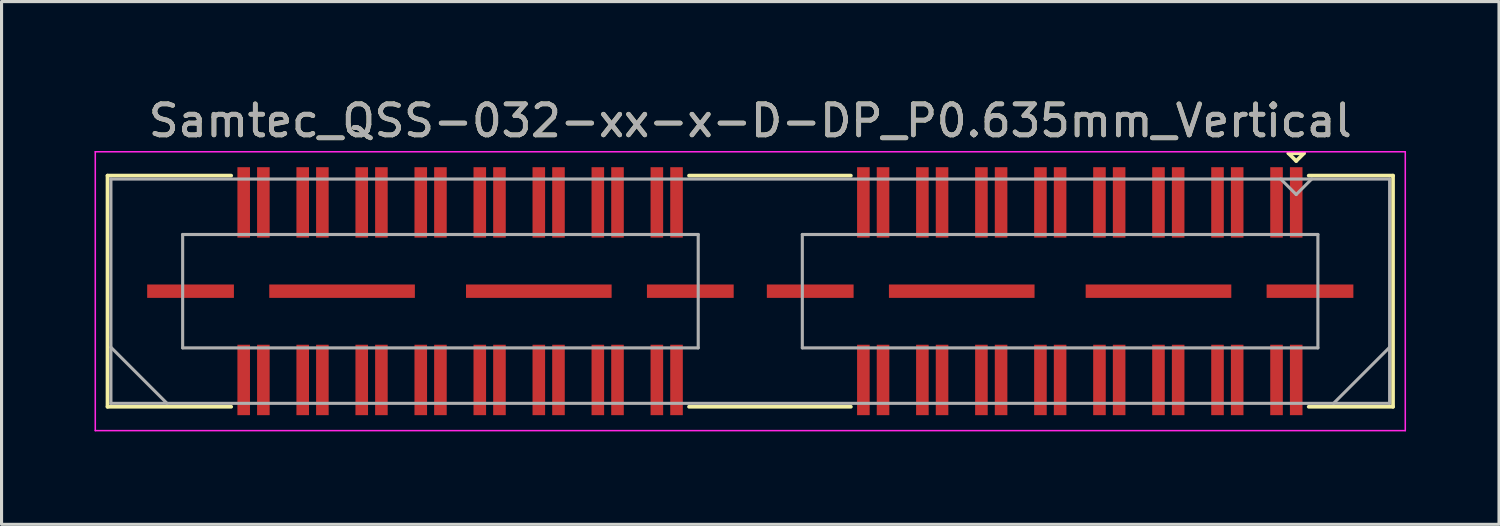
<source format=kicad_pcb>
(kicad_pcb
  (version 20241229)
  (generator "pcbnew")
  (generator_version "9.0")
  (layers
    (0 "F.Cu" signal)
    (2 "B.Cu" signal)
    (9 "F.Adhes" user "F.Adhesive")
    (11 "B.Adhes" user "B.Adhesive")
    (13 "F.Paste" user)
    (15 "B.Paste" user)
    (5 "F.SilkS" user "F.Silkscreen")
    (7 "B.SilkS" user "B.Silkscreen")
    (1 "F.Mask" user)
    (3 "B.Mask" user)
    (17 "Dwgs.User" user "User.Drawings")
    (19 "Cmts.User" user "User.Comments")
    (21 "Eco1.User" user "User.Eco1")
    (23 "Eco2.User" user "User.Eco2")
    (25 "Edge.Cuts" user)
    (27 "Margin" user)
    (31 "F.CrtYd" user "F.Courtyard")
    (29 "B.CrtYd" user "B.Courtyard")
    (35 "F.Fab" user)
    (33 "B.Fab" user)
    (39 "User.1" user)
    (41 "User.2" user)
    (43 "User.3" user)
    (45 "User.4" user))
  (footprint "Samtec_QSS-032-xx-x-D-DP_P0.635mm_Vertical"
    (layer "F.Cu")
    (at 21.165 6.348)
    (property "Reference" "Samtec_QSS-032-xx-x-D-DP_P0.635mm_Vertical" (at 0 -5.5 0) (layer "F.SilkS") (effects (font (size 1 1) (thickness 0.15))))
    (attr smd)
    (fp_line (start -20.745 -3.73) (end -16.753 -3.73) (stroke (width 0.12) (type solid)) (layer "F.SilkS"))
    (fp_line (start -20.745 3.73) (end -20.745 -3.73) (stroke (width 0.12) (type solid)) (layer "F.SilkS"))
    (fp_line (start -16.753 3.73) (end -20.745 3.73) (stroke (width 0.12) (type solid)) (layer "F.SilkS"))
    (fp_line (start 3.247 -3.73) (end -1.977 -3.73) (stroke (width 0.12) (type solid)) (layer "F.SilkS"))
    (fp_line (start 3.247 3.73) (end -1.977 3.73) (stroke (width 0.12) (type solid)) (layer "F.SilkS"))
    (fp_line (start 17.37 -4.452) (end 17.87 -4.452) (stroke (width 0.12) (type solid)) (layer "F.SilkS"))
    (fp_line (start 17.62 -4.202) (end 17.37 -4.452) (stroke (width 0.12) (type solid)) (layer "F.SilkS"))
    (fp_line (start 17.87 -4.452) (end 17.62 -4.202) (stroke (width 0.12) (type solid)) (layer "F.SilkS"))
    (fp_line (start 18.023 3.73) (end 20.745 3.73) (stroke (width 0.12) (type solid)) (layer "F.SilkS"))
    (fp_line (start 20.745 -3.73) (end 18.023 -3.73) (stroke (width 0.12) (type solid)) (layer "F.SilkS"))
    (fp_line (start 20.745 3.73) (end 20.745 -3.73) (stroke (width 0.12) (type solid)) (layer "F.SilkS"))
    (fp_line (start -21.14 -4.5) (end -21.14 4.5) (stroke (width 0.05) (type solid)) (layer "F.CrtYd"))
    (fp_line (start -21.14 4.5) (end 21.14 4.5) (stroke (width 0.05) (type solid)) (layer "F.CrtYd"))
    (fp_line (start 21.14 -4.5) (end -21.14 -4.5) (stroke (width 0.05) (type solid)) (layer "F.CrtYd"))
    (fp_line (start 21.14 4.5) (end 21.14 -4.5) (stroke (width 0.05) (type solid)) (layer "F.CrtYd"))
    (fp_line (start -20.635 -3.62) (end -20.635 3.62) (stroke (width 0.1) (type solid)) (layer "F.Fab"))
    (fp_line (start -20.635 1.81) (end -18.825 3.62) (stroke (width 0.1) (type solid)) (layer "F.Fab"))
    (fp_line (start -20.635 3.62) (end 20.635 3.62) (stroke (width 0.1) (type solid)) (layer "F.Fab"))
    (fp_line (start -18.32 -1.83) (end -18.32 1.83) (stroke (width 0.1) (type solid)) (layer "F.Fab"))
    (fp_line (start -18.32 1.83) (end -1.68 1.83) (stroke (width 0.1) (type solid)) (layer "F.Fab"))
    (fp_line (start -1.68 -1.83) (end -18.32 -1.83) (stroke (width 0.1) (type solid)) (layer "F.Fab"))
    (fp_line (start -1.68 1.83) (end -1.68 -1.83) (stroke (width 0.1) (type solid)) (layer "F.Fab"))
    (fp_line (start 1.68 -1.83) (end 1.68 1.83) (stroke (width 0.1) (type solid)) (layer "F.Fab"))
    (fp_line (start 1.68 1.83) (end 18.32 1.83) (stroke (width 0.1) (type solid)) (layer "F.Fab"))
    (fp_line (start 17.62 -3.12) (end 17.12 -3.62) (stroke (width 0.1) (type solid)) (layer "F.Fab"))
    (fp_line (start 18.12 -3.62) (end 17.62 -3.12) (stroke (width 0.1) (type solid)) (layer "F.Fab"))
    (fp_line (start 18.32 -1.83) (end 1.68 -1.83) (stroke (width 0.1) (type solid)) (layer "F.Fab"))
    (fp_line (start 18.32 1.83) (end 18.32 -1.83) (stroke (width 0.1) (type solid)) (layer "F.Fab"))
    (fp_line (start 20.635 -3.62) (end -20.635 -3.62) (stroke (width 0.1) (type solid)) (layer "F.Fab"))
    (fp_line (start 20.635 1.81) (end 18.825 3.62) (stroke (width 0.1) (type solid)) (layer "F.Fab"))
    (fp_line (start 20.635 3.62) (end 20.635 -3.62) (stroke (width 0.1) (type solid)) (layer "F.Fab"))
    (fp_text user "${REFERENCE}" (at 0 -5.5 0) (layer "F.Fab") (effects (font (size 1 1) (thickness 0.15))))
    (pad "1" smd rect (at 17.62 -2.865) (size 0.406 2.273) (layers "F.Cu" "F.Mask" "F.Paste"))
    (pad "2" smd rect (at 17.62 2.865) (size 0.406 2.273) (layers "F.Cu" "F.Mask" "F.Paste"))
    (pad "3" smd rect (at 16.985 -2.865) (size 0.406 2.273) (layers "F.Cu" "F.Mask" "F.Paste"))
    (pad "4" smd rect (at 16.985 2.865) (size 0.406 2.273) (layers "F.Cu" "F.Mask" "F.Paste"))
    (pad "5" smd rect (at 15.715 -2.865) (size 0.406 2.273) (layers "F.Cu" "F.Mask" "F.Paste"))
    (pad "6" smd rect (at 15.715 2.865) (size 0.406 2.273) (layers "F.Cu" "F.Mask" "F.Paste"))
    (pad "7" smd rect (at 15.08 -2.865) (size 0.406 2.273) (layers "F.Cu" "F.Mask" "F.Paste"))
    (pad "8" smd rect (at 15.08 2.865) (size 0.406 2.273) (layers "F.Cu" "F.Mask" "F.Paste"))
    (pad "9" smd rect (at 13.81 -2.865) (size 0.406 2.273) (layers "F.Cu" "F.Mask" "F.Paste"))
    (pad "10" smd rect (at 13.81 2.865) (size 0.406 2.273) (layers "F.Cu" "F.Mask" "F.Paste"))
    (pad "11" smd rect (at 13.175 -2.865) (size 0.406 2.273) (layers "F.Cu" "F.Mask" "F.Paste"))
    (pad "12" smd rect (at 13.175 2.865) (size 0.406 2.273) (layers "F.Cu" "F.Mask" "F.Paste"))
    (pad "13" smd rect (at 11.905 -2.865) (size 0.406 2.273) (layers "F.Cu" "F.Mask" "F.Paste"))
    (pad "14" smd rect (at 11.905 2.865) (size 0.406 2.273) (layers "F.Cu" "F.Mask" "F.Paste"))
    (pad "15" smd rect (at 11.27 -2.865) (size 0.406 2.273) (layers "F.Cu" "F.Mask" "F.Paste"))
    (pad "16" smd rect (at 11.27 2.865) (size 0.406 2.273) (layers "F.Cu" "F.Mask" "F.Paste"))
    (pad "17" smd rect (at 10 -2.865) (size 0.406 2.273) (layers "F.Cu" "F.Mask" "F.Paste"))
    (pad "18" smd rect (at 10 2.865) (size 0.406 2.273) (layers "F.Cu" "F.Mask" "F.Paste"))
    (pad "19" smd rect (at 9.365 -2.865) (size 0.406 2.273) (layers "F.Cu" "F.Mask" "F.Paste"))
    (pad "20" smd rect (at 9.365 2.865) (size 0.406 2.273) (layers "F.Cu" "F.Mask" "F.Paste"))
    (pad "21" smd rect (at 8.095 -2.865) (size 0.406 2.273) (layers "F.Cu" "F.Mask" "F.Paste"))
    (pad "22" smd rect (at 8.095 2.865) (size 0.406 2.273) (layers "F.Cu" "F.Mask" "F.Paste"))
    (pad "23" smd rect (at 7.46 -2.865) (size 0.406 2.273) (layers "F.Cu" "F.Mask" "F.Paste"))
    (pad "24" smd rect (at 7.46 2.865) (size 0.406 2.273) (layers "F.Cu" "F.Mask" "F.Paste"))
    (pad "25" smd rect (at 6.19 -2.865) (size 0.406 2.273) (layers "F.Cu" "F.Mask" "F.Paste"))
    (pad "26" smd rect (at 6.19 2.865) (size 0.406 2.273) (layers "F.Cu" "F.Mask" "F.Paste"))
    (pad "27" smd rect (at 5.555 -2.865) (size 0.406 2.273) (layers "F.Cu" "F.Mask" "F.Paste"))
    (pad "28" smd rect (at 5.555 2.865) (size 0.406 2.273) (layers "F.Cu" "F.Mask" "F.Paste"))
    (pad "29" smd rect (at 4.285 -2.865) (size 0.406 2.273) (layers "F.Cu" "F.Mask" "F.Paste"))
    (pad "30" smd rect (at 4.285 2.865) (size 0.406 2.273) (layers "F.Cu" "F.Mask" "F.Paste"))
    (pad "31" smd rect (at 3.65 -2.865) (size 0.406 2.273) (layers "F.Cu" "F.Mask" "F.Paste"))
    (pad "32" smd rect (at 3.65 2.865) (size 0.406 2.273) (layers "F.Cu" "F.Mask" "F.Paste"))
    (pad "33" smd rect (at -2.38 -2.865) (size 0.406 2.273) (layers "F.Cu" "F.Mask" "F.Paste"))
    (pad "34" smd rect (at -2.38 2.865) (size 0.406 2.273) (layers "F.Cu" "F.Mask" "F.Paste"))
    (pad "35" smd rect (at -3.015 -2.865) (size 0.406 2.273) (layers "F.Cu" "F.Mask" "F.Paste"))
    (pad "36" smd rect (at -3.015 2.865) (size 0.406 2.273) (layers "F.Cu" "F.Mask" "F.Paste"))
    (pad "37" smd rect (at -4.285 -2.865) (size 0.406 2.273) (layers "F.Cu" "F.Mask" "F.Paste"))
    (pad "38" smd rect (at -4.285 2.865) (size 0.406 2.273) (layers "F.Cu" "F.Mask" "F.Paste"))
    (pad "39" smd rect (at -4.92 -2.865) (size 0.406 2.273) (layers "F.Cu" "F.Mask" "F.Paste"))
    (pad "40" smd rect (at -4.92 2.865) (size 0.406 2.273) (layers "F.Cu" "F.Mask" "F.Paste"))
    (pad "41" smd rect (at -6.19 -2.865) (size 0.406 2.273) (layers "F.Cu" "F.Mask" "F.Paste"))
    (pad "42" smd rect (at -6.19 2.865) (size 0.406 2.273) (layers "F.Cu" "F.Mask" "F.Paste"))
    (pad "43" smd rect (at -6.825 -2.865) (size 0.406 2.273) (layers "F.Cu" "F.Mask" "F.Paste"))
    (pad "44" smd rect (at -6.825 2.865) (size 0.406 2.273) (layers "F.Cu" "F.Mask" "F.Paste"))
    (pad "45" smd rect (at -8.095 -2.865) (size 0.406 2.273) (layers "F.Cu" "F.Mask" "F.Paste"))
    (pad "46" smd rect (at -8.095 2.865) (size 0.406 2.273) (layers "F.Cu" "F.Mask" "F.Paste"))
    (pad "47" smd rect (at -8.73 -2.865) (size 0.406 2.273) (layers "F.Cu" "F.Mask" "F.Paste"))
    (pad "48" smd rect (at -8.73 2.865) (size 0.406 2.273) (layers "F.Cu" "F.Mask" "F.Paste"))
    (pad "49" smd rect (at -10 -2.865) (size 0.406 2.273) (layers "F.Cu" "F.Mask" "F.Paste"))
    (pad "50" smd rect (at -10 2.865) (size 0.406 2.273) (layers "F.Cu" "F.Mask" "F.Paste"))
    (pad "51" smd rect (at -10.635 -2.865) (size 0.406 2.273) (layers "F.Cu" "F.Mask" "F.Paste"))
    (pad "52" smd rect (at -10.635 2.865) (size 0.406 2.273) (layers "F.Cu" "F.Mask" "F.Paste"))
    (pad "53" smd rect (at -11.905 -2.865) (size 0.406 2.273) (layers "F.Cu" "F.Mask" "F.Paste"))
    (pad "54" smd rect (at -11.905 2.865) (size 0.406 2.273) (layers "F.Cu" "F.Mask" "F.Paste"))
    (pad "55" smd rect (at -12.54 -2.865) (size 0.406 2.273) (layers "F.Cu" "F.Mask" "F.Paste"))
    (pad "56" smd rect (at -12.54 2.865) (size 0.406 2.273) (layers "F.Cu" "F.Mask" "F.Paste"))
    (pad "57" smd rect (at -13.81 -2.865) (size 0.406 2.273) (layers "F.Cu" "F.Mask" "F.Paste"))
    (pad "58" smd rect (at -13.81 2.865) (size 0.406 2.273) (layers "F.Cu" "F.Mask" "F.Paste"))
    (pad "59" smd rect (at -14.445 -2.865) (size 0.406 2.273) (layers "F.Cu" "F.Mask" "F.Paste"))
    (pad "60" smd rect (at -14.445 2.865) (size 0.406 2.273) (layers "F.Cu" "F.Mask" "F.Paste"))
    (pad "61" smd rect (at -15.715 -2.865) (size 0.406 2.273) (layers "F.Cu" "F.Mask" "F.Paste"))
    (pad "62" smd rect (at -15.715 2.865) (size 0.406 2.273) (layers "F.Cu" "F.Mask" "F.Paste"))
    (pad "63" smd rect (at -16.35 -2.865) (size 0.406 2.273) (layers "F.Cu" "F.Mask" "F.Paste"))
    (pad "64" smd rect (at -16.35 2.865) (size 0.406 2.273) (layers "F.Cu" "F.Mask" "F.Paste"))
    (pad "P1" smd rect (at 1.935 0) (size 2.8 0.432) (layers "F.Cu" "F.Mask" "F.Paste"))
    (pad "P1" smd rect (at 6.825 0) (size 4.7 0.432) (layers "F.Cu" "F.Mask" "F.Paste"))
    (pad "P1" smd rect (at 13.175 0) (size 4.7 0.432) (layers "F.Cu" "F.Mask" "F.Paste"))
    (pad "P1" smd rect (at 18.065 0) (size 2.8 0.432) (layers "F.Cu" "F.Mask" "F.Paste"))
    (pad "P2" smd rect (at -18.065 0) (size 2.8 0.432) (layers "F.Cu" "F.Mask" "F.Paste"))
    (pad "P2" smd rect (at -13.175 0) (size 4.7 0.432) (layers "F.Cu" "F.Mask" "F.Paste"))
    (pad "P2" smd rect (at -6.825 0) (size 4.7 0.432) (layers "F.Cu" "F.Mask" "F.Paste"))
    (pad "P2" smd rect (at -1.935 0) (size 2.8 0.432) (layers "F.Cu" "F.Mask" "F.Paste")))
  (gr_rect
    (start -3 -3)
    (end 45.33 13.873)
    (stroke (width 0.1) (type default))
    (fill no)
    (layer "Edge.Cuts")))
</source>
